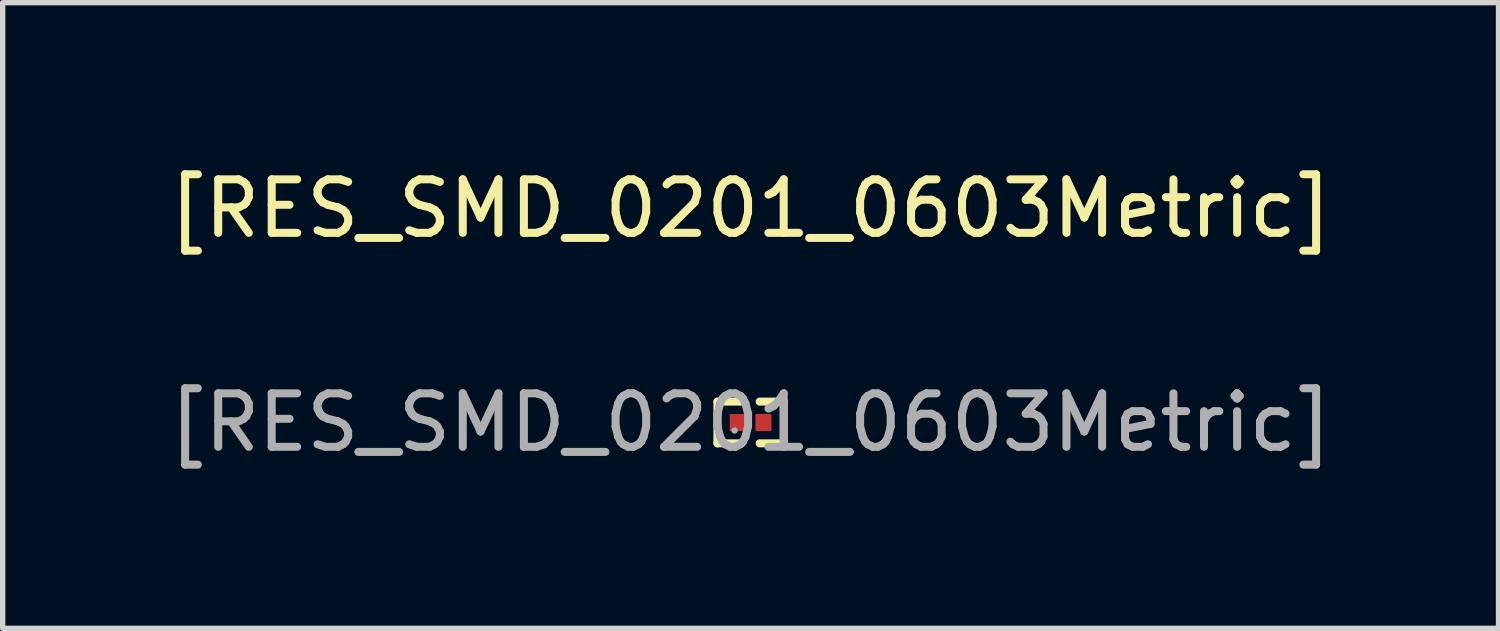
<source format=kicad_pcb>
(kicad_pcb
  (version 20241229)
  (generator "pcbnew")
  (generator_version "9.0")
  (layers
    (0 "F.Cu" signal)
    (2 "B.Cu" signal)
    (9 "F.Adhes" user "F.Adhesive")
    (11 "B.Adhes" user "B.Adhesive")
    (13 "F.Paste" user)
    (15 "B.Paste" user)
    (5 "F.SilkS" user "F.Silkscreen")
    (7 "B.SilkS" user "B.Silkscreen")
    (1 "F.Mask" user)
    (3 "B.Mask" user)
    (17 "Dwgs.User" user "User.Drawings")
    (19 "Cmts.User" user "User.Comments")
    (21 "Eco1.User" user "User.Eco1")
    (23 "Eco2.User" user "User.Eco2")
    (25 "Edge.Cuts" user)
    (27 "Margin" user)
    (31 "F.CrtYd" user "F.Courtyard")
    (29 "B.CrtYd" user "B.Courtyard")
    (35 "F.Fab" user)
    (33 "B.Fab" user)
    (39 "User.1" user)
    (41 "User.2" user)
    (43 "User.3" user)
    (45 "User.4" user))
  (footprint "[RES_SMD_0201_0603Metric]"
    (layer "F.Cu")
    (at 10.982 4.848)
    (property "Reference" "[RES_SMD_0201_0603Metric]" (at 0 -4 0) (layer "F.SilkS") (effects (font (size 1 1) (thickness 0.15))))
    (attr through_hole)
    (fp_line (start -0.62 -0.39) (end -0.17 -0.39) (stroke (width 0.15) (type solid)) (layer "F.SilkS"))
    (fp_line (start -0.62 0.39) (end -0.62 -0.39) (stroke (width 0.15) (type solid)) (layer "F.SilkS"))
    (fp_line (start -0.17 0.39) (end -0.62 0.39) (stroke (width 0.15) (type solid)) (layer "F.SilkS"))
    (fp_line (start 0.17 0.39) (end 0.62 0.39) (stroke (width 0.15) (type solid)) (layer "F.SilkS"))
    (fp_line (start 0.62 -0.39) (end 0.17 -0.39) (stroke (width 0.15) (type solid)) (layer "F.SilkS"))
    (fp_line (start 0.62 0.39) (end 0.62 -0.39) (stroke (width 0.15) (type solid)) (layer "F.SilkS"))
    (fp_circle (center -0.3 0.15) (end -0.27 0.15) (stroke (width 0.06) (type solid)) (fill no) (layer "F.Fab"))
    (fp_text user "${REFERENCE}" (at 0 0 0) (layer "F.Fab") (effects (font (size 1 1) (thickness 0.15))))
    (pad "1" smd rect (at -0.24 0) (size 0.3 0.32) (layers "F.Cu" "F.Mask" "F.Paste"))
    (pad "2" smd rect (at 0.24 0) (size 0.3 0.32) (layers "F.Cu" "F.Mask" "F.Paste")))
  (gr_rect
    (start -3 -3)
    (end 24.964 8.697)
    (stroke (width 0.1) (type default))
    (fill no)
    (layer "Edge.Cuts")))
</source>
